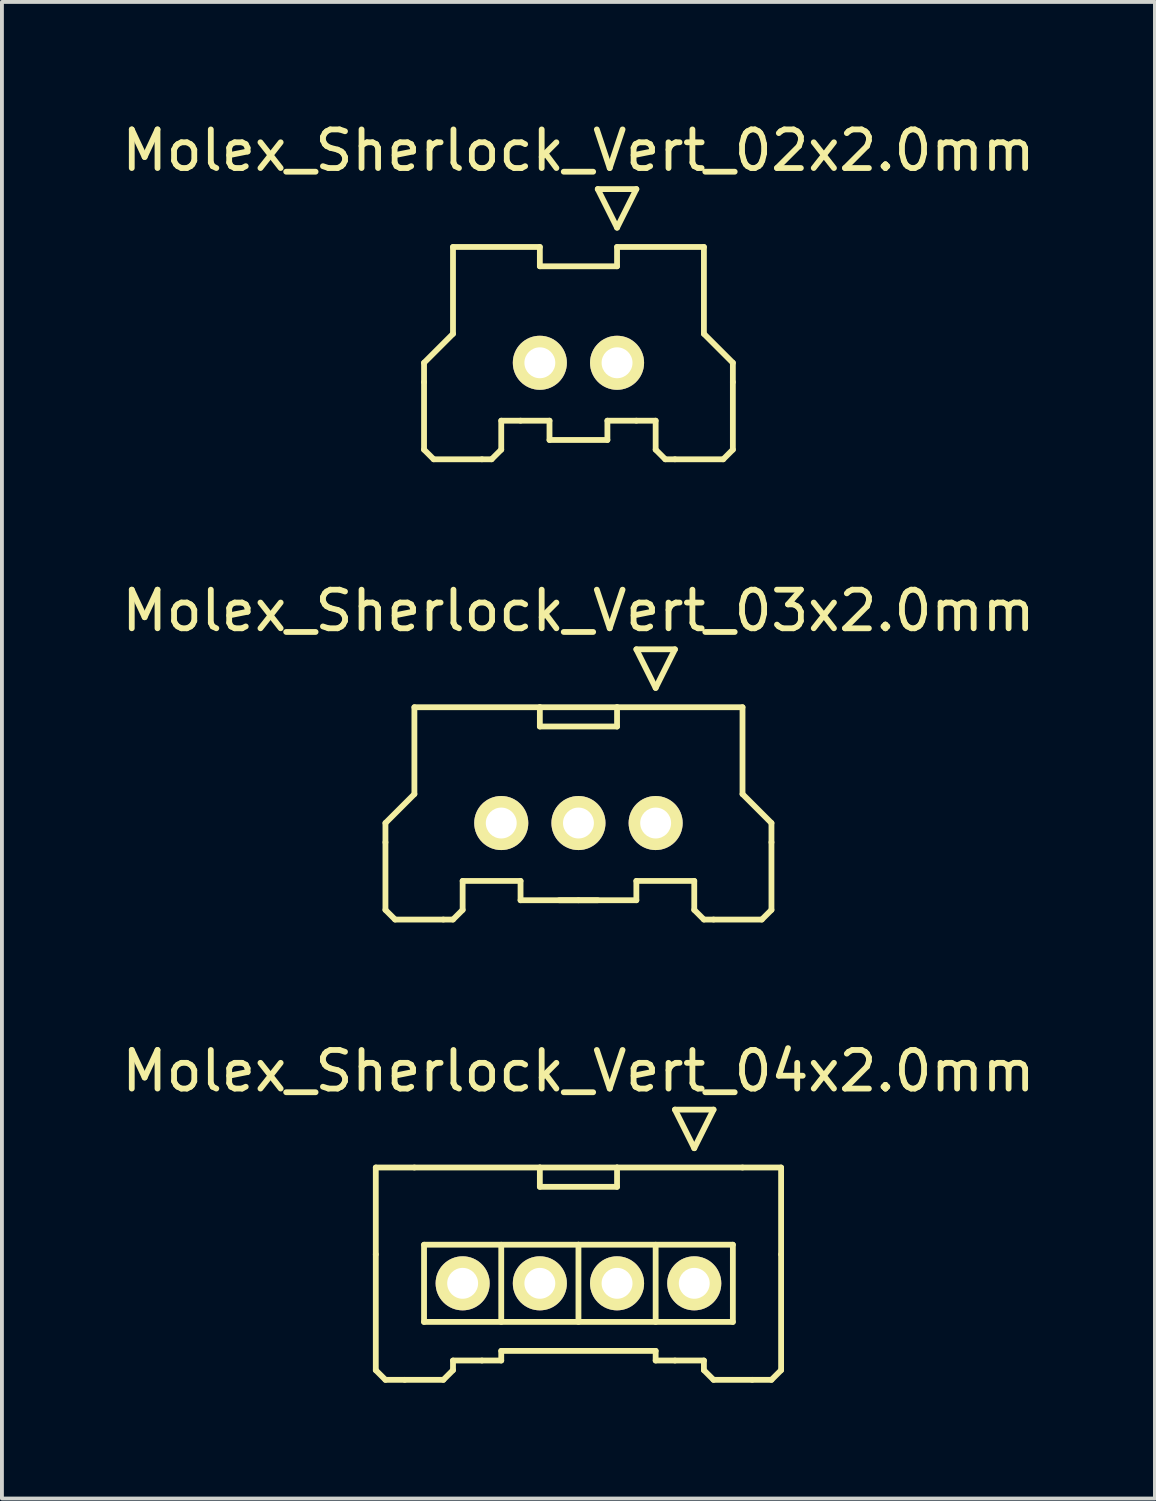
<source format=kicad_pcb>
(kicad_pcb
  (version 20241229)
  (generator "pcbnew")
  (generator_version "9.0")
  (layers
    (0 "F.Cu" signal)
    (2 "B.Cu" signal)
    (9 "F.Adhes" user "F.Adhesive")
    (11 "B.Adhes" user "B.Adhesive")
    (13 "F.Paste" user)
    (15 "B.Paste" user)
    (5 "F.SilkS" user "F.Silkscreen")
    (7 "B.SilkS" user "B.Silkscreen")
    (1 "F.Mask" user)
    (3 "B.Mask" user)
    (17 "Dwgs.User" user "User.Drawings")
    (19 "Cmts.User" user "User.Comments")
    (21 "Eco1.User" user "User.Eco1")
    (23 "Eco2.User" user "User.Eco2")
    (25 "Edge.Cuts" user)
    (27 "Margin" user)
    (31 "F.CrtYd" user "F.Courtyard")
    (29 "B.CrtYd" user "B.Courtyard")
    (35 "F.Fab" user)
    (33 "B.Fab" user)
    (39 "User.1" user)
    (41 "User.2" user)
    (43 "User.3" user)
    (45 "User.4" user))
  (footprint "Molex_Sherlock_Vert_04x2.0mm"
    (layer "F.Cu")
    (at 11.935 30.195)
    (property "Reference" "Molex_Sherlock_Vert_04x2.0mm" (at 0 -5.5 0) (layer "F.SilkS") (effects (font (size 1 1) (thickness 0.15))))
    (attr through_hole)
    (fp_line (start -5.25 -3) (end -5.25 -0.75) (stroke (width 0.15) (type solid)) (layer "F.SilkS"))
    (fp_line (start -5.25 -0.75) (end -5.25 2.25) (stroke (width 0.15) (type solid)) (layer "F.SilkS"))
    (fp_line (start -5.25 2.25) (end -5 2.5) (stroke (width 0.15) (type solid)) (layer "F.SilkS"))
    (fp_line (start -5 2.5) (end -4.5 2.5) (stroke (width 0.15) (type solid)) (layer "F.SilkS"))
    (fp_line (start -4.25 -3) (end -5.25 -3) (stroke (width 0.15) (type solid)) (layer "F.SilkS"))
    (fp_line (start -4.25 -3) (end -1 -3) (stroke (width 0.15) (type solid)) (layer "F.SilkS"))
    (fp_line (start -4 -1) (end 0 -1) (stroke (width 0.15) (type solid)) (layer "F.SilkS"))
    (fp_line (start -4 1) (end -4 -1) (stroke (width 0.15) (type solid)) (layer "F.SilkS"))
    (fp_line (start -3.5 2.5) (end -4.5 2.5) (stroke (width 0.15) (type solid)) (layer "F.SilkS"))
    (fp_line (start -3.25 2) (end -3.25 2.25) (stroke (width 0.15) (type solid)) (layer "F.SilkS"))
    (fp_line (start -3.25 2) (end -2.5 2) (stroke (width 0.15) (type solid)) (layer "F.SilkS"))
    (fp_line (start -3.25 2.25) (end -3.5 2.5) (stroke (width 0.15) (type solid)) (layer "F.SilkS"))
    (fp_line (start -2.5 2) (end -2 2) (stroke (width 0.15) (type solid)) (layer "F.SilkS"))
    (fp_line (start -2 1) (end -2 -1) (stroke (width 0.15) (type solid)) (layer "F.SilkS"))
    (fp_line (start -2 1.75) (end 2 1.75) (stroke (width 0.15) (type solid)) (layer "F.SilkS"))
    (fp_line (start -2 2) (end -2 1.75) (stroke (width 0.15) (type solid)) (layer "F.SilkS"))
    (fp_line (start -1 -2.5) (end -1 -3) (stroke (width 0.15) (type solid)) (layer "F.SilkS"))
    (fp_line (start 0 -1) (end 0 1) (stroke (width 0.15) (type solid)) (layer "F.SilkS"))
    (fp_line (start 0 -1) (end 4 -1) (stroke (width 0.15) (type solid)) (layer "F.SilkS"))
    (fp_line (start 1 -3) (end -1 -3) (stroke (width 0.15) (type solid)) (layer "F.SilkS"))
    (fp_line (start 1 -3) (end 1 -2.5) (stroke (width 0.15) (type solid)) (layer "F.SilkS"))
    (fp_line (start 1 -3) (end 4.25 -3) (stroke (width 0.15) (type solid)) (layer "F.SilkS"))
    (fp_line (start 1 -2.5) (end -1 -2.5) (stroke (width 0.15) (type solid)) (layer "F.SilkS"))
    (fp_line (start 2 1) (end 2 -1) (stroke (width 0.15) (type solid)) (layer "F.SilkS"))
    (fp_line (start 2 2) (end 2 1.75) (stroke (width 0.15) (type solid)) (layer "F.SilkS"))
    (fp_line (start 2.5 -4.5) (end 3.5 -4.5) (stroke (width 0.15) (type solid)) (layer "F.SilkS"))
    (fp_line (start 2.5 2) (end 2 2) (stroke (width 0.15) (type solid)) (layer "F.SilkS"))
    (fp_line (start 2.5 2) (end 3.25 2) (stroke (width 0.15) (type solid)) (layer "F.SilkS"))
    (fp_line (start 3 -3.5) (end 2.5 -4.5) (stroke (width 0.15) (type solid)) (layer "F.SilkS"))
    (fp_line (start 3.25 2) (end 3.25 2.25) (stroke (width 0.15) (type solid)) (layer "F.SilkS"))
    (fp_line (start 3.5 -4.5) (end 3 -3.5) (stroke (width 0.15) (type solid)) (layer "F.SilkS"))
    (fp_line (start 3.5 2.5) (end 3.25 2.25) (stroke (width 0.15) (type solid)) (layer "F.SilkS"))
    (fp_line (start 4 -1) (end 4 1) (stroke (width 0.15) (type solid)) (layer "F.SilkS"))
    (fp_line (start 4 1) (end -4 1) (stroke (width 0.15) (type solid)) (layer "F.SilkS"))
    (fp_line (start 4.25 -3) (end 5.25 -3) (stroke (width 0.15) (type solid)) (layer "F.SilkS"))
    (fp_line (start 4.5 2.5) (end 3.5 2.5) (stroke (width 0.15) (type solid)) (layer "F.SilkS"))
    (fp_line (start 5 2.5) (end 4.5 2.5) (stroke (width 0.15) (type solid)) (layer "F.SilkS"))
    (fp_line (start 5.25 -0.75) (end 5.25 -3) (stroke (width 0.15) (type solid)) (layer "F.SilkS"))
    (fp_line (start 5.25 -0.75) (end 5.25 2.25) (stroke (width 0.15) (type solid)) (layer "F.SilkS"))
    (fp_line (start 5.25 2.25) (end 5 2.5) (stroke (width 0.15) (type solid)) (layer "F.SilkS"))
    (pad "1" thru_hole circle (at 3 0) (size 1.4 1.4) (drill 0.8) (layers "*.Cu" "*.Mask" "F.SilkS"))
    (pad "2" thru_hole circle (at 1 0) (size 1.4 1.4) (drill 0.8) (layers "*.Cu" "*.Mask" "F.SilkS"))
    (pad "3" thru_hole circle (at -1 0) (size 1.4 1.4) (drill 0.8) (layers "*.Cu" "*.Mask" "F.SilkS"))
    (pad "4" thru_hole circle (at -3 0) (size 1.4 1.4) (drill 0.8) (layers "*.Cu" "*.Mask" "F.SilkS")))
  (footprint "Molex_Sherlock_Vert_02x2.0mm"
    (layer "F.Cu")
    (at 11.935 6.348)
    (property "Reference" "Molex_Sherlock_Vert_02x2.0mm" (at 0 -5.5 0) (layer "F.SilkS") (effects (font (size 1 1) (thickness 0.15))))
    (attr through_hole)
    (fp_line (start -4 0) (end -4 0.5) (stroke (width 0.15) (type solid)) (layer "F.SilkS"))
    (fp_line (start -4 2.25) (end -4 0.5) (stroke (width 0.15) (type solid)) (layer "F.SilkS"))
    (fp_line (start -4 2.25) (end -3.75 2.5) (stroke (width 0.15) (type solid)) (layer "F.SilkS"))
    (fp_line (start -3.25 -3) (end -3.25 -0.75) (stroke (width 0.15) (type solid)) (layer "F.SilkS"))
    (fp_line (start -3.25 -0.75) (end -4 0) (stroke (width 0.15) (type solid)) (layer "F.SilkS"))
    (fp_line (start -2.5 2.5) (end -3.75 2.5) (stroke (width 0.15) (type solid)) (layer "F.SilkS"))
    (fp_line (start -2.25 2.5) (end -2.5 2.5) (stroke (width 0.15) (type solid)) (layer "F.SilkS"))
    (fp_line (start -2 1.5) (end -2 2.25) (stroke (width 0.15) (type solid)) (layer "F.SilkS"))
    (fp_line (start -2 1.5) (end -1.5 1.5) (stroke (width 0.15) (type solid)) (layer "F.SilkS"))
    (fp_line (start -2 2.25) (end -2.25 2.5) (stroke (width 0.15) (type solid)) (layer "F.SilkS"))
    (fp_line (start -1 -3) (end -3.25 -3) (stroke (width 0.15) (type solid)) (layer "F.SilkS"))
    (fp_line (start -1 -2.5) (end -1 -3) (stroke (width 0.15) (type solid)) (layer "F.SilkS"))
    (fp_line (start -0.75 1.5) (end -1.5 1.5) (stroke (width 0.15) (type solid)) (layer "F.SilkS"))
    (fp_line (start -0.75 2) (end -0.75 1.5) (stroke (width 0.15) (type solid)) (layer "F.SilkS"))
    (fp_line (start 0.5 -4.5) (end 1.5 -4.5) (stroke (width 0.15) (type solid)) (layer "F.SilkS"))
    (fp_line (start 0.75 1.5) (end 0.75 2) (stroke (width 0.15) (type solid)) (layer "F.SilkS"))
    (fp_line (start 0.75 2) (end -0.75 2) (stroke (width 0.15) (type solid)) (layer "F.SilkS"))
    (fp_line (start 1 -3.5) (end 0.5 -4.5) (stroke (width 0.15) (type solid)) (layer "F.SilkS"))
    (fp_line (start 1 -3) (end 1 -2.5) (stroke (width 0.15) (type solid)) (layer "F.SilkS"))
    (fp_line (start 1 -2.5) (end -1 -2.5) (stroke (width 0.15) (type solid)) (layer "F.SilkS"))
    (fp_line (start 1.5 -4.5) (end 1 -3.5) (stroke (width 0.15) (type solid)) (layer "F.SilkS"))
    (fp_line (start 1.5 1.5) (end 0.75 1.5) (stroke (width 0.15) (type solid)) (layer "F.SilkS"))
    (fp_line (start 1.5 1.5) (end 2 1.5) (stroke (width 0.15) (type solid)) (layer "F.SilkS"))
    (fp_line (start 2 1.5) (end 2 2.25) (stroke (width 0.15) (type solid)) (layer "F.SilkS"))
    (fp_line (start 2 2.25) (end 2.25 2.5) (stroke (width 0.15) (type solid)) (layer "F.SilkS"))
    (fp_line (start 2.25 2.5) (end 2.5 2.5) (stroke (width 0.15) (type solid)) (layer "F.SilkS"))
    (fp_line (start 3.25 -3) (end 1 -3) (stroke (width 0.15) (type solid)) (layer "F.SilkS"))
    (fp_line (start 3.25 -3) (end 3.25 -0.75) (stroke (width 0.15) (type solid)) (layer "F.SilkS"))
    (fp_line (start 3.25 -0.75) (end 4 0) (stroke (width 0.15) (type solid)) (layer "F.SilkS"))
    (fp_line (start 3.75 2.5) (end 2.5 2.5) (stroke (width 0.15) (type solid)) (layer "F.SilkS"))
    (fp_line (start 4 0) (end 4 0.5) (stroke (width 0.15) (type solid)) (layer "F.SilkS"))
    (fp_line (start 4 0.5) (end 4 2.25) (stroke (width 0.15) (type solid)) (layer "F.SilkS"))
    (fp_line (start 4 2.25) (end 3.75 2.5) (stroke (width 0.15) (type solid)) (layer "F.SilkS"))
    (pad "1" thru_hole circle (at 1 0) (size 1.4 1.4) (drill 0.8) (layers "*.Cu" "*.Mask" "F.SilkS"))
    (pad "2" thru_hole circle (at -1 0) (size 1.4 1.4) (drill 0.8) (layers "*.Cu" "*.Mask" "F.SilkS")))
  (footprint "Molex_Sherlock_Vert_03x2.0mm"
    (layer "F.Cu")
    (at 11.935 18.271)
    (property "Reference" "Molex_Sherlock_Vert_03x2.0mm" (at 0 -5.5 0) (layer "F.SilkS") (effects (font (size 1 1) (thickness 0.15))))
    (attr through_hole)
    (fp_line (start -5 0) (end -5 0.5) (stroke (width 0.15) (type solid)) (layer "F.SilkS"))
    (fp_line (start -5 2.25) (end -5 0.5) (stroke (width 0.15) (type solid)) (layer "F.SilkS"))
    (fp_line (start -5 2.25) (end -4.75 2.5) (stroke (width 0.15) (type solid)) (layer "F.SilkS"))
    (fp_line (start -4.25 -3) (end -4.25 -0.75) (stroke (width 0.15) (type solid)) (layer "F.SilkS"))
    (fp_line (start -4.25 -3) (end -1 -3) (stroke (width 0.15) (type solid)) (layer "F.SilkS"))
    (fp_line (start -4.25 -0.75) (end -5 0) (stroke (width 0.15) (type solid)) (layer "F.SilkS"))
    (fp_line (start -3.5 2.5) (end -4.75 2.5) (stroke (width 0.15) (type solid)) (layer "F.SilkS"))
    (fp_line (start -3.25 2.5) (end -3.5 2.5) (stroke (width 0.15) (type solid)) (layer "F.SilkS"))
    (fp_line (start -3 1.5) (end -3 2.25) (stroke (width 0.15) (type solid)) (layer "F.SilkS"))
    (fp_line (start -3 2.25) (end -3.25 2.5) (stroke (width 0.15) (type solid)) (layer "F.SilkS"))
    (fp_line (start -1.5 1.5) (end -3 1.5) (stroke (width 0.15) (type solid)) (layer "F.SilkS"))
    (fp_line (start -1.5 2) (end -1.5 1.5) (stroke (width 0.15) (type solid)) (layer "F.SilkS"))
    (fp_line (start -1 -2.5) (end -1 -3) (stroke (width 0.15) (type solid)) (layer "F.SilkS"))
    (fp_line (start -0.5 2) (end 0 2) (stroke (width 0.15) (type solid)) (layer "F.SilkS"))
    (fp_line (start 0 2) (end 0.5 2) (stroke (width 0.15) (type solid)) (layer "F.SilkS"))
    (fp_line (start 1 -3) (end -1 -3) (stroke (width 0.15) (type solid)) (layer "F.SilkS"))
    (fp_line (start 1 -3) (end 1 -2.5) (stroke (width 0.15) (type solid)) (layer "F.SilkS"))
    (fp_line (start 1 -2.5) (end -1 -2.5) (stroke (width 0.15) (type solid)) (layer "F.SilkS"))
    (fp_line (start 1.5 -4.5) (end 2.5 -4.5) (stroke (width 0.15) (type solid)) (layer "F.SilkS"))
    (fp_line (start 1.5 1.5) (end 1.5 2) (stroke (width 0.15) (type solid)) (layer "F.SilkS"))
    (fp_line (start 1.5 2) (end -1.5 2) (stroke (width 0.15) (type solid)) (layer "F.SilkS"))
    (fp_line (start 2 -3.5) (end 1.5 -4.5) (stroke (width 0.15) (type solid)) (layer "F.SilkS"))
    (fp_line (start 2.5 -4.5) (end 2 -3.5) (stroke (width 0.15) (type solid)) (layer "F.SilkS"))
    (fp_line (start 3 1.5) (end 1.5 1.5) (stroke (width 0.15) (type solid)) (layer "F.SilkS"))
    (fp_line (start 3 1.5) (end 3 2.25) (stroke (width 0.15) (type solid)) (layer "F.SilkS"))
    (fp_line (start 3 2.25) (end 3.25 2.5) (stroke (width 0.15) (type solid)) (layer "F.SilkS"))
    (fp_line (start 3.25 2.5) (end 3.5 2.5) (stroke (width 0.15) (type solid)) (layer "F.SilkS"))
    (fp_line (start 4.25 -3) (end 1 -3) (stroke (width 0.15) (type solid)) (layer "F.SilkS"))
    (fp_line (start 4.25 -3) (end 4.25 -0.75) (stroke (width 0.15) (type solid)) (layer "F.SilkS"))
    (fp_line (start 4.25 -0.75) (end 5 0) (stroke (width 0.15) (type solid)) (layer "F.SilkS"))
    (fp_line (start 4.75 2.5) (end 3.5 2.5) (stroke (width 0.15) (type solid)) (layer "F.SilkS"))
    (fp_line (start 5 0) (end 5 0.5) (stroke (width 0.15) (type solid)) (layer "F.SilkS"))
    (fp_line (start 5 0.5) (end 5 2.25) (stroke (width 0.15) (type solid)) (layer "F.SilkS"))
    (fp_line (start 5 2.25) (end 4.75 2.5) (stroke (width 0.15) (type solid)) (layer "F.SilkS"))
    (pad "1" thru_hole circle (at 2 0) (size 1.4 1.4) (drill 0.8) (layers "*.Cu" "*.Mask" "F.SilkS"))
    (pad "2" thru_hole circle (at 0 0) (size 1.4 1.4) (drill 0.8) (layers "*.Cu" "*.Mask" "F.SilkS"))
    (pad "3" thru_hole circle (at -2 0) (size 1.4 1.4) (drill 0.8) (layers "*.Cu" "*.Mask" "F.SilkS")))
  (gr_rect
    (start -3 -3)
    (end 26.869 35.77)
    (stroke (width 0.1) (type default))
    (fill no)
    (layer "Edge.Cuts")))
</source>
